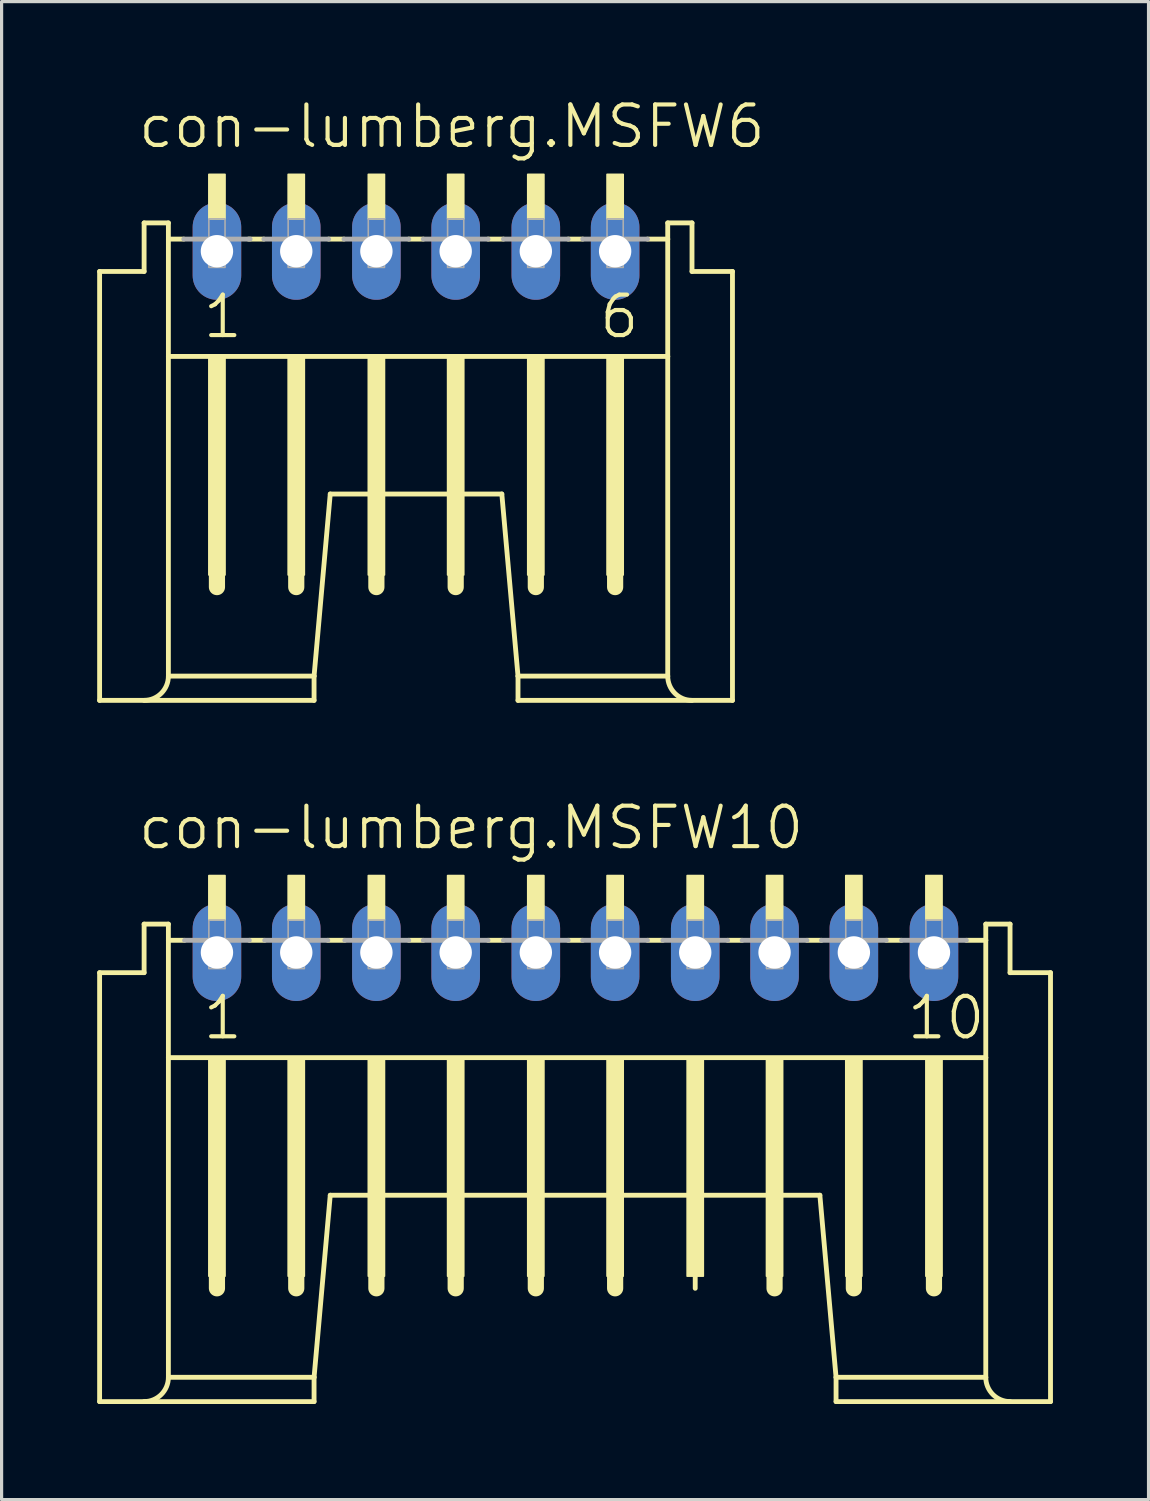
<source format=kicad_pcb>
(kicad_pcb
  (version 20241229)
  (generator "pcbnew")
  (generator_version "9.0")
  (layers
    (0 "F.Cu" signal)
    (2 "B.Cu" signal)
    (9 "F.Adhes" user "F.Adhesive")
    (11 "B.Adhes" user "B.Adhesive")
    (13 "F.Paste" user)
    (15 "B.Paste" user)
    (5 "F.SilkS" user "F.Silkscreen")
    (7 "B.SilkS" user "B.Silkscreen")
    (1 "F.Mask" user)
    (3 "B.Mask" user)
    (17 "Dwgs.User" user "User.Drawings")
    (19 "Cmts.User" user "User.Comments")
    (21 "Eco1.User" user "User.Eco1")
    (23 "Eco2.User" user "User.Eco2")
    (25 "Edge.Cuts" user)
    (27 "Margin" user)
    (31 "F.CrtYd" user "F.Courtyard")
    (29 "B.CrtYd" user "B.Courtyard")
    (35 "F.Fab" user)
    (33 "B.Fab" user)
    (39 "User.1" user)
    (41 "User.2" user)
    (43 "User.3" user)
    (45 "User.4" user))
  (footprint "con-lumberg.MSFW6"
    (layer "F.Cu")
    (at 3.759 6.74)
    (property "Reference" "con-lumberg.MSFW6" (at -2.54 -5.08 0) (layer "F.SilkS") (effects (font (size 1.27 1.27) (thickness 0.13)) (justify left bottom)))
    (attr through_hole)
    (fp_line (start -3.683 12.192) (end -3.683 -1.27) (stroke (width 0.152) (type default)) (layer "F.SilkS"))
    (fp_line (start -3.683 12.192) (end 3.048 12.192) (stroke (width 0.152) (type default)) (layer "F.SilkS"))
    (fp_line (start -2.286 -1.27) (end -3.683 -1.27) (stroke (width 0.152) (type default)) (layer "F.SilkS"))
    (fp_line (start -2.286 -1.27) (end -2.286 -2.794) (stroke (width 0.152) (type default)) (layer "F.SilkS"))
    (fp_line (start -1.524 -2.794) (end -2.286 -2.794) (stroke (width 0.152) (type default)) (layer "F.SilkS"))
    (fp_line (start -1.524 -2.286) (end -1.524 -2.794) (stroke (width 0.152) (type default)) (layer "F.SilkS"))
    (fp_line (start -1.524 1.397) (end -1.524 -2.286) (stroke (width 0.152) (type default)) (layer "F.SilkS"))
    (fp_line (start -1.524 11.43) (end -1.524 1.397) (stroke (width 0.152) (type default)) (layer "F.SilkS"))
    (fp_line (start -1.524 11.43) (end 3.048 11.43) (stroke (width 0.152) (type default)) (layer "F.SilkS"))
    (fp_line (start -1.041 -2.286) (end -1.524 -2.286) (stroke (width 0.152) (type default)) (layer "F.SilkS"))
    (fp_line (start 0 8.001) (end 0 8.636) (stroke (width 0.508) (type default)) (layer "F.SilkS"))
    (fp_line (start 1.473 -2.286) (end 0.991 -2.286) (stroke (width 0.152) (type default)) (layer "F.SilkS"))
    (fp_line (start 2.489 8.001) (end 2.489 8.636) (stroke (width 0.508) (type default)) (layer "F.SilkS"))
    (fp_line (start 3.048 11.43) (end 3.556 5.715) (stroke (width 0.152) (type default)) (layer "F.SilkS"))
    (fp_line (start 3.048 12.192) (end 3.048 11.43) (stroke (width 0.152) (type default)) (layer "F.SilkS"))
    (fp_line (start 3.556 5.715) (end 8.941 5.715) (stroke (width 0.152) (type default)) (layer "F.SilkS"))
    (fp_line (start 3.988 -2.286) (end 3.505 -2.286) (stroke (width 0.152) (type default)) (layer "F.SilkS"))
    (fp_line (start 5.004 8.001) (end 5.004 8.636) (stroke (width 0.508) (type default)) (layer "F.SilkS"))
    (fp_line (start 6.477 -2.286) (end 6.02 -2.286) (stroke (width 0.152) (type default)) (layer "F.SilkS"))
    (fp_line (start 7.493 8.001) (end 7.493 8.636) (stroke (width 0.508) (type default)) (layer "F.SilkS"))
    (fp_line (start 8.992 -2.286) (end 8.509 -2.286) (stroke (width 0.152) (type default)) (layer "F.SilkS"))
    (fp_line (start 9.449 11.43) (end 8.941 5.715) (stroke (width 0.152) (type default)) (layer "F.SilkS"))
    (fp_line (start 9.449 12.192) (end 9.449 11.43) (stroke (width 0.152) (type default)) (layer "F.SilkS"))
    (fp_line (start 9.449 12.192) (end 16.18 12.192) (stroke (width 0.152) (type default)) (layer "F.SilkS"))
    (fp_line (start 10.008 8.001) (end 10.008 8.636) (stroke (width 0.508) (type default)) (layer "F.SilkS"))
    (fp_line (start 11.481 -2.286) (end 11.024 -2.286) (stroke (width 0.152) (type default)) (layer "F.SilkS"))
    (fp_line (start 12.497 8.001) (end 12.497 8.636) (stroke (width 0.508) (type default)) (layer "F.SilkS"))
    (fp_line (start 14.148 -2.794) (end 14.148 -2.286) (stroke (width 0.152) (type default)) (layer "F.SilkS"))
    (fp_line (start 14.148 -2.286) (end 13.513 -2.286) (stroke (width 0.152) (type default)) (layer "F.SilkS"))
    (fp_line (start 14.148 -2.286) (end 14.148 1.397) (stroke (width 0.152) (type default)) (layer "F.SilkS"))
    (fp_line (start 14.148 1.397) (end -1.524 1.397) (stroke (width 0.152) (type default)) (layer "F.SilkS"))
    (fp_line (start 14.148 1.397) (end 14.148 11.43) (stroke (width 0.152) (type default)) (layer "F.SilkS"))
    (fp_line (start 14.148 11.43) (end 9.449 11.43) (stroke (width 0.152) (type default)) (layer "F.SilkS"))
    (fp_line (start 14.91 -2.794) (end 14.148 -2.794) (stroke (width 0.152) (type default)) (layer "F.SilkS"))
    (fp_line (start 14.91 -2.794) (end 14.91 -1.27) (stroke (width 0.152) (type default)) (layer "F.SilkS"))
    (fp_line (start 16.18 -1.27) (end 14.91 -1.27) (stroke (width 0.152) (type default)) (layer "F.SilkS"))
    (fp_line (start 16.18 -1.27) (end 16.18 12.192) (stroke (width 0.152) (type default)) (layer "F.SilkS"))
    (fp_rect (start -0.254 -2.921) (end 0.254 -4.318) (stroke (width 0.05) (type default)) (fill yes) (layer "F.SilkS"))
    (fp_rect (start -0.254 8.255) (end 0.254 1.397) (stroke (width 0.05) (type default)) (fill yes) (layer "F.SilkS"))
    (fp_rect (start 2.235 -2.921) (end 2.743 -4.318) (stroke (width 0.05) (type default)) (fill yes) (layer "F.SilkS"))
    (fp_rect (start 2.235 8.255) (end 2.743 1.397) (stroke (width 0.05) (type default)) (fill yes) (layer "F.SilkS"))
    (fp_rect (start 4.75 -2.921) (end 5.258 -4.318) (stroke (width 0.05) (type default)) (fill yes) (layer "F.SilkS"))
    (fp_rect (start 4.75 8.255) (end 5.258 1.397) (stroke (width 0.05) (type default)) (fill yes) (layer "F.SilkS"))
    (fp_rect (start 7.239 -2.921) (end 7.747 -4.318) (stroke (width 0.05) (type default)) (fill yes) (layer "F.SilkS"))
    (fp_rect (start 7.239 8.255) (end 7.747 1.397) (stroke (width 0.05) (type default)) (fill yes) (layer "F.SilkS"))
    (fp_rect (start 9.754 -2.921) (end 10.262 -4.318) (stroke (width 0.05) (type default)) (fill yes) (layer "F.SilkS"))
    (fp_rect (start 9.754 8.255) (end 10.262 1.397) (stroke (width 0.05) (type default)) (fill yes) (layer "F.SilkS"))
    (fp_rect (start 12.243 -2.921) (end 12.751 -4.318) (stroke (width 0.05) (type default)) (fill yes) (layer "F.SilkS"))
    (fp_rect (start 12.243 8.255) (end 12.751 1.397) (stroke (width 0.05) (type default)) (fill yes) (layer "F.SilkS"))
    (fp_arc (start -1.524 11.43) (mid -1.747185 11.968815) (end -2.286 12.192) (stroke (width 0.1524) (type default)) (layer "F.SilkS"))
    (fp_arc (start 14.9098 12.192) (mid 14.370985 11.968815) (end 14.1478 11.43) (stroke (width 0.1524) (type default)) (layer "F.SilkS"))
    (fp_line (start -1.041 -2.286) (end 1.041 -2.286) (stroke (width 0.152) (type default)) (layer "F.Fab"))
    (fp_line (start 1.473 -2.286) (end 3.505 -2.286) (stroke (width 0.152) (type default)) (layer "F.Fab"))
    (fp_line (start 3.988 -2.286) (end 6.02 -2.286) (stroke (width 0.152) (type default)) (layer "F.Fab"))
    (fp_line (start 6.477 -2.286) (end 8.509 -2.286) (stroke (width 0.152) (type default)) (layer "F.Fab"))
    (fp_line (start 8.992 -2.286) (end 11.024 -2.286) (stroke (width 0.152) (type default)) (layer "F.Fab"))
    (fp_line (start 11.481 -2.286) (end 13.513 -2.286) (stroke (width 0.152) (type default)) (layer "F.Fab"))
    (fp_rect (start -0.254 -1.397) (end 0.254 -2.921) (stroke (width 0.05) (type default)) (fill no) (layer "F.Fab"))
    (fp_rect (start 2.235 -1.397) (end 2.743 -2.921) (stroke (width 0.05) (type default)) (fill no) (layer "F.Fab"))
    (fp_rect (start 4.75 -1.397) (end 5.258 -2.921) (stroke (width 0.05) (type default)) (fill no) (layer "F.Fab"))
    (fp_rect (start 7.239 -1.397) (end 7.747 -2.921) (stroke (width 0.05) (type default)) (fill no) (layer "F.Fab"))
    (fp_rect (start 9.754 -1.397) (end 10.262 -2.921) (stroke (width 0.05) (type default)) (fill no) (layer "F.Fab"))
    (fp_rect (start 12.243 -1.397) (end 12.751 -2.921) (stroke (width 0.05) (type default)) (fill no) (layer "F.Fab"))
    (fp_text user "6" (at 11.938 0.889 0) (layer "F.SilkS") (effects (font (size 1.27 1.27) (thickness 0.13)) (justify left bottom)))
    (fp_text user "1" (at -0.508 0.889 0) (layer "F.SilkS") (effects (font (size 1.27 1.27) (thickness 0.13)) (justify left bottom)))
    (pad "1" thru_hole oval (at 0 -1.905 90) (size 3.048 1.524) (drill 1.016) (layers "*.Cu" "*.Mask"))
    (pad "2" thru_hole oval (at 2.489 -1.905 90) (size 3.048 1.524) (drill 1.016) (layers "*.Cu" "*.Mask"))
    (pad "3" thru_hole oval (at 5.004 -1.905 90) (size 3.048 1.524) (drill 1.016) (layers "*.Cu" "*.Mask"))
    (pad "4" thru_hole oval (at 7.493 -1.905 90) (size 3.048 1.524) (drill 1.016) (layers "*.Cu" "*.Mask"))
    (pad "5" thru_hole oval (at 10.008 -1.905 90) (size 3.048 1.524) (drill 1.016) (layers "*.Cu" "*.Mask"))
    (pad "6" thru_hole oval (at 12.497 -1.905 90) (size 3.048 1.524) (drill 1.016) (layers "*.Cu" "*.Mask")))
  (footprint "con-lumberg.MSFW10"
    (layer "F.Cu")
    (at 3.759 28.748)
    (property "Reference" "con-lumberg.MSFW10" (at -2.54 -5.08 0) (layer "F.SilkS") (effects (font (size 1.27 1.27) (thickness 0.13)) (justify left bottom)))
    (attr through_hole)
    (fp_line (start -3.683 12.192) (end -3.683 -1.27) (stroke (width 0.152) (type default)) (layer "F.SilkS"))
    (fp_line (start -3.683 12.192) (end 3.048 12.192) (stroke (width 0.152) (type default)) (layer "F.SilkS"))
    (fp_line (start -2.286 -1.27) (end -3.683 -1.27) (stroke (width 0.152) (type default)) (layer "F.SilkS"))
    (fp_line (start -2.286 -1.27) (end -2.286 -2.794) (stroke (width 0.152) (type default)) (layer "F.SilkS"))
    (fp_line (start -1.524 -2.794) (end -2.286 -2.794) (stroke (width 0.152) (type default)) (layer "F.SilkS"))
    (fp_line (start -1.524 -2.286) (end -1.524 -2.794) (stroke (width 0.152) (type default)) (layer "F.SilkS"))
    (fp_line (start -1.524 1.397) (end -1.524 -2.286) (stroke (width 0.152) (type default)) (layer "F.SilkS"))
    (fp_line (start -1.524 11.43) (end -1.524 1.397) (stroke (width 0.152) (type default)) (layer "F.SilkS"))
    (fp_line (start -1.524 11.43) (end 3.048 11.43) (stroke (width 0.152) (type default)) (layer "F.SilkS"))
    (fp_line (start -1.016 -2.286) (end -1.524 -2.286) (stroke (width 0.152) (type default)) (layer "F.SilkS"))
    (fp_line (start 0 8.001) (end 0 8.636) (stroke (width 0.508) (type default)) (layer "F.SilkS"))
    (fp_line (start 1.499 -2.286) (end 1.016 -2.286) (stroke (width 0.152) (type default)) (layer "F.SilkS"))
    (fp_line (start 2.489 8.001) (end 2.489 8.636) (stroke (width 0.508) (type default)) (layer "F.SilkS"))
    (fp_line (start 3.048 11.43) (end 3.556 5.715) (stroke (width 0.152) (type default)) (layer "F.SilkS"))
    (fp_line (start 3.048 12.192) (end 3.048 11.43) (stroke (width 0.152) (type default)) (layer "F.SilkS"))
    (fp_line (start 3.556 5.715) (end 18.923 5.715) (stroke (width 0.152) (type default)) (layer "F.SilkS"))
    (fp_line (start 4.013 -2.286) (end 3.48 -2.286) (stroke (width 0.152) (type default)) (layer "F.SilkS"))
    (fp_line (start 5.004 8.001) (end 5.004 8.636) (stroke (width 0.508) (type default)) (layer "F.SilkS"))
    (fp_line (start 6.477 -2.286) (end 6.02 -2.286) (stroke (width 0.152) (type default)) (layer "F.SilkS"))
    (fp_line (start 7.493 8.001) (end 7.493 8.636) (stroke (width 0.508) (type default)) (layer "F.SilkS"))
    (fp_line (start 8.992 -2.286) (end 8.509 -2.286) (stroke (width 0.152) (type default)) (layer "F.SilkS"))
    (fp_line (start 10.008 8.001) (end 10.008 8.636) (stroke (width 0.508) (type default)) (layer "F.SilkS"))
    (fp_line (start 11.481 -2.286) (end 11.024 -2.286) (stroke (width 0.152) (type default)) (layer "F.SilkS"))
    (fp_line (start 12.497 8.001) (end 12.497 8.636) (stroke (width 0.508) (type default)) (layer "F.SilkS"))
    (fp_line (start 13.995 -2.286) (end 13.513 -2.286) (stroke (width 0.152) (type default)) (layer "F.SilkS"))
    (fp_line (start 15.011 8.001) (end 15.011 8.636) (stroke (width 0.152) (type default)) (layer "F.SilkS"))
    (fp_line (start 16.485 -2.286) (end 16.027 -2.286) (stroke (width 0.152) (type default)) (layer "F.SilkS"))
    (fp_line (start 17.501 8.001) (end 17.501 8.636) (stroke (width 0.508) (type default)) (layer "F.SilkS"))
    (fp_line (start 18.974 -2.286) (end 18.517 -2.286) (stroke (width 0.152) (type default)) (layer "F.SilkS"))
    (fp_line (start 19.431 11.43) (end 18.923 5.715) (stroke (width 0.152) (type default)) (layer "F.SilkS"))
    (fp_line (start 19.431 12.192) (end 19.431 11.43) (stroke (width 0.152) (type default)) (layer "F.SilkS"))
    (fp_line (start 19.431 12.192) (end 26.162 12.192) (stroke (width 0.152) (type default)) (layer "F.SilkS"))
    (fp_line (start 19.99 8.001) (end 19.99 8.636) (stroke (width 0.508) (type default)) (layer "F.SilkS"))
    (fp_line (start 21.488 -2.286) (end 21.006 -2.286) (stroke (width 0.152) (type default)) (layer "F.SilkS"))
    (fp_line (start 22.504 8.001) (end 22.504 8.636) (stroke (width 0.508) (type default)) (layer "F.SilkS"))
    (fp_line (start 24.13 -2.794) (end 24.13 -2.286) (stroke (width 0.152) (type default)) (layer "F.SilkS"))
    (fp_line (start 24.13 -2.286) (end 23.52 -2.286) (stroke (width 0.152) (type default)) (layer "F.SilkS"))
    (fp_line (start 24.13 -2.286) (end 24.13 1.397) (stroke (width 0.152) (type default)) (layer "F.SilkS"))
    (fp_line (start 24.13 1.397) (end -1.524 1.397) (stroke (width 0.152) (type default)) (layer "F.SilkS"))
    (fp_line (start 24.13 1.397) (end 24.13 11.43) (stroke (width 0.152) (type default)) (layer "F.SilkS"))
    (fp_line (start 24.13 11.43) (end 19.431 11.43) (stroke (width 0.152) (type default)) (layer "F.SilkS"))
    (fp_line (start 24.892 -2.794) (end 24.13 -2.794) (stroke (width 0.152) (type default)) (layer "F.SilkS"))
    (fp_line (start 24.892 -2.794) (end 24.892 -1.27) (stroke (width 0.152) (type default)) (layer "F.SilkS"))
    (fp_line (start 26.162 -1.27) (end 24.892 -1.27) (stroke (width 0.152) (type default)) (layer "F.SilkS"))
    (fp_line (start 26.162 -1.27) (end 26.162 12.192) (stroke (width 0.152) (type default)) (layer "F.SilkS"))
    (fp_rect (start -0.254 -2.921) (end 0.254 -4.318) (stroke (width 0.05) (type default)) (fill yes) (layer "F.SilkS"))
    (fp_rect (start -0.254 8.255) (end 0.254 1.397) (stroke (width 0.05) (type default)) (fill yes) (layer "F.SilkS"))
    (fp_rect (start 2.235 -2.921) (end 2.743 -4.318) (stroke (width 0.05) (type default)) (fill yes) (layer "F.SilkS"))
    (fp_rect (start 2.235 8.255) (end 2.743 1.397) (stroke (width 0.05) (type default)) (fill yes) (layer "F.SilkS"))
    (fp_rect (start 4.75 -2.921) (end 5.258 -4.318) (stroke (width 0.05) (type default)) (fill yes) (layer "F.SilkS"))
    (fp_rect (start 4.75 8.255) (end 5.258 1.397) (stroke (width 0.05) (type default)) (fill yes) (layer "F.SilkS"))
    (fp_rect (start 7.239 -2.921) (end 7.747 -4.318) (stroke (width 0.05) (type default)) (fill yes) (layer "F.SilkS"))
    (fp_rect (start 7.239 8.255) (end 7.747 1.397) (stroke (width 0.05) (type default)) (fill yes) (layer "F.SilkS"))
    (fp_rect (start 9.754 -2.921) (end 10.262 -4.318) (stroke (width 0.05) (type default)) (fill yes) (layer "F.SilkS"))
    (fp_rect (start 9.754 8.255) (end 10.262 1.397) (stroke (width 0.05) (type default)) (fill yes) (layer "F.SilkS"))
    (fp_rect (start 12.243 -2.921) (end 12.751 -4.318) (stroke (width 0.05) (type default)) (fill yes) (layer "F.SilkS"))
    (fp_rect (start 12.243 8.255) (end 12.751 1.397) (stroke (width 0.05) (type default)) (fill yes) (layer "F.SilkS"))
    (fp_rect (start 14.757 -2.921) (end 15.265 -4.318) (stroke (width 0.05) (type default)) (fill yes) (layer "F.SilkS"))
    (fp_rect (start 14.757 8.255) (end 15.265 1.397) (stroke (width 0.05) (type default)) (fill yes) (layer "F.SilkS"))
    (fp_rect (start 17.247 -2.921) (end 17.755 -4.318) (stroke (width 0.05) (type default)) (fill yes) (layer "F.SilkS"))
    (fp_rect (start 17.247 8.255) (end 17.755 1.397) (stroke (width 0.05) (type default)) (fill yes) (layer "F.SilkS"))
    (fp_rect (start 19.736 -2.921) (end 20.244 -4.318) (stroke (width 0.05) (type default)) (fill yes) (layer "F.SilkS"))
    (fp_rect (start 19.736 8.255) (end 20.244 1.397) (stroke (width 0.05) (type default)) (fill yes) (layer "F.SilkS"))
    (fp_rect (start 22.25 -2.921) (end 22.758 -4.318) (stroke (width 0.05) (type default)) (fill yes) (layer "F.SilkS"))
    (fp_rect (start 22.25 8.255) (end 22.758 1.397) (stroke (width 0.05) (type default)) (fill yes) (layer "F.SilkS"))
    (fp_arc (start -1.524 11.43) (mid -1.747185 11.968815) (end -2.286 12.192) (stroke (width 0.1524) (type default)) (layer "F.SilkS"))
    (fp_arc (start 24.892 12.192) (mid 24.353185 11.968815) (end 24.13 11.43) (stroke (width 0.1524) (type default)) (layer "F.SilkS"))
    (fp_line (start -1.016 -2.286) (end 1.016 -2.286) (stroke (width 0.152) (type default)) (layer "F.Fab"))
    (fp_line (start 1.499 -2.286) (end 3.48 -2.286) (stroke (width 0.152) (type default)) (layer "F.Fab"))
    (fp_line (start 4.013 -2.286) (end 6.02 -2.286) (stroke (width 0.152) (type default)) (layer "F.Fab"))
    (fp_line (start 6.477 -2.286) (end 8.509 -2.286) (stroke (width 0.152) (type default)) (layer "F.Fab"))
    (fp_line (start 8.992 -2.286) (end 11.024 -2.286) (stroke (width 0.152) (type default)) (layer "F.Fab"))
    (fp_line (start 11.481 -2.286) (end 13.513 -2.286) (stroke (width 0.152) (type default)) (layer "F.Fab"))
    (fp_line (start 13.995 -2.286) (end 16.027 -2.286) (stroke (width 0.152) (type default)) (layer "F.Fab"))
    (fp_line (start 16.485 -2.286) (end 18.517 -2.286) (stroke (width 0.152) (type default)) (layer "F.Fab"))
    (fp_line (start 18.974 -2.286) (end 21.006 -2.286) (stroke (width 0.152) (type default)) (layer "F.Fab"))
    (fp_line (start 21.488 -2.286) (end 23.52 -2.286) (stroke (width 0.152) (type default)) (layer "F.Fab"))
    (fp_rect (start -0.254 -1.397) (end 0.254 -2.921) (stroke (width 0.05) (type default)) (fill no) (layer "F.Fab"))
    (fp_rect (start 2.235 -1.397) (end 2.743 -2.921) (stroke (width 0.05) (type default)) (fill no) (layer "F.Fab"))
    (fp_rect (start 4.75 -1.397) (end 5.258 -2.921) (stroke (width 0.05) (type default)) (fill no) (layer "F.Fab"))
    (fp_rect (start 7.239 -1.397) (end 7.747 -2.921) (stroke (width 0.05) (type default)) (fill no) (layer "F.Fab"))
    (fp_rect (start 9.754 -1.397) (end 10.262 -2.921) (stroke (width 0.05) (type default)) (fill no) (layer "F.Fab"))
    (fp_rect (start 12.243 -1.397) (end 12.751 -2.921) (stroke (width 0.05) (type default)) (fill no) (layer "F.Fab"))
    (fp_rect (start 14.757 -1.397) (end 15.265 -2.921) (stroke (width 0.05) (type default)) (fill no) (layer "F.Fab"))
    (fp_rect (start 17.247 -1.397) (end 17.755 -2.921) (stroke (width 0.05) (type default)) (fill no) (layer "F.Fab"))
    (fp_rect (start 19.736 -1.397) (end 20.244 -2.921) (stroke (width 0.05) (type default)) (fill no) (layer "F.Fab"))
    (fp_rect (start 22.25 -1.397) (end 22.758 -2.921) (stroke (width 0.05) (type default)) (fill no) (layer "F.Fab"))
    (fp_text user "1" (at -0.508 0.889 0) (layer "F.SilkS") (effects (font (size 1.27 1.27) (thickness 0.13)) (justify left bottom)))
    (fp_text user "10" (at 21.59 0.889 0) (layer "F.SilkS") (effects (font (size 1.27 1.27) (thickness 0.13)) (justify left bottom)))
    (pad "1" thru_hole oval (at 0 -1.905 90) (size 3.048 1.524) (drill 1.016) (layers "*.Cu" "*.Mask"))
    (pad "2" thru_hole oval (at 2.489 -1.905 90) (size 3.048 1.524) (drill 1.016) (layers "*.Cu" "*.Mask"))
    (pad "3" thru_hole oval (at 5.004 -1.905 90) (size 3.048 1.524) (drill 1.016) (layers "*.Cu" "*.Mask"))
    (pad "4" thru_hole oval (at 7.493 -1.905 90) (size 3.048 1.524) (drill 1.016) (layers "*.Cu" "*.Mask"))
    (pad "5" thru_hole oval (at 10.008 -1.905 90) (size 3.048 1.524) (drill 1.016) (layers "*.Cu" "*.Mask"))
    (pad "6" thru_hole oval (at 12.497 -1.905 90) (size 3.048 1.524) (drill 1.016) (layers "*.Cu" "*.Mask"))
    (pad "7" thru_hole oval (at 15.011 -1.905 90) (size 3.048 1.524) (drill 1.016) (layers "*.Cu" "*.Mask"))
    (pad "8" thru_hole oval (at 17.501 -1.905 90) (size 3.048 1.524) (drill 1.016) (layers "*.Cu" "*.Mask"))
    (pad "9" thru_hole oval (at 19.99 -1.905 90) (size 3.048 1.524) (drill 1.016) (layers "*.Cu" "*.Mask"))
    (pad "10" thru_hole oval (at 22.504 -1.905 90) (size 3.048 1.524) (drill 1.016) (layers "*.Cu" "*.Mask")))
  (gr_rect
    (start -3 -3)
    (end 32.997 44.016)
    (stroke (width 0.1) (type default))
    (fill no)
    (layer "Edge.Cuts")))
</source>
